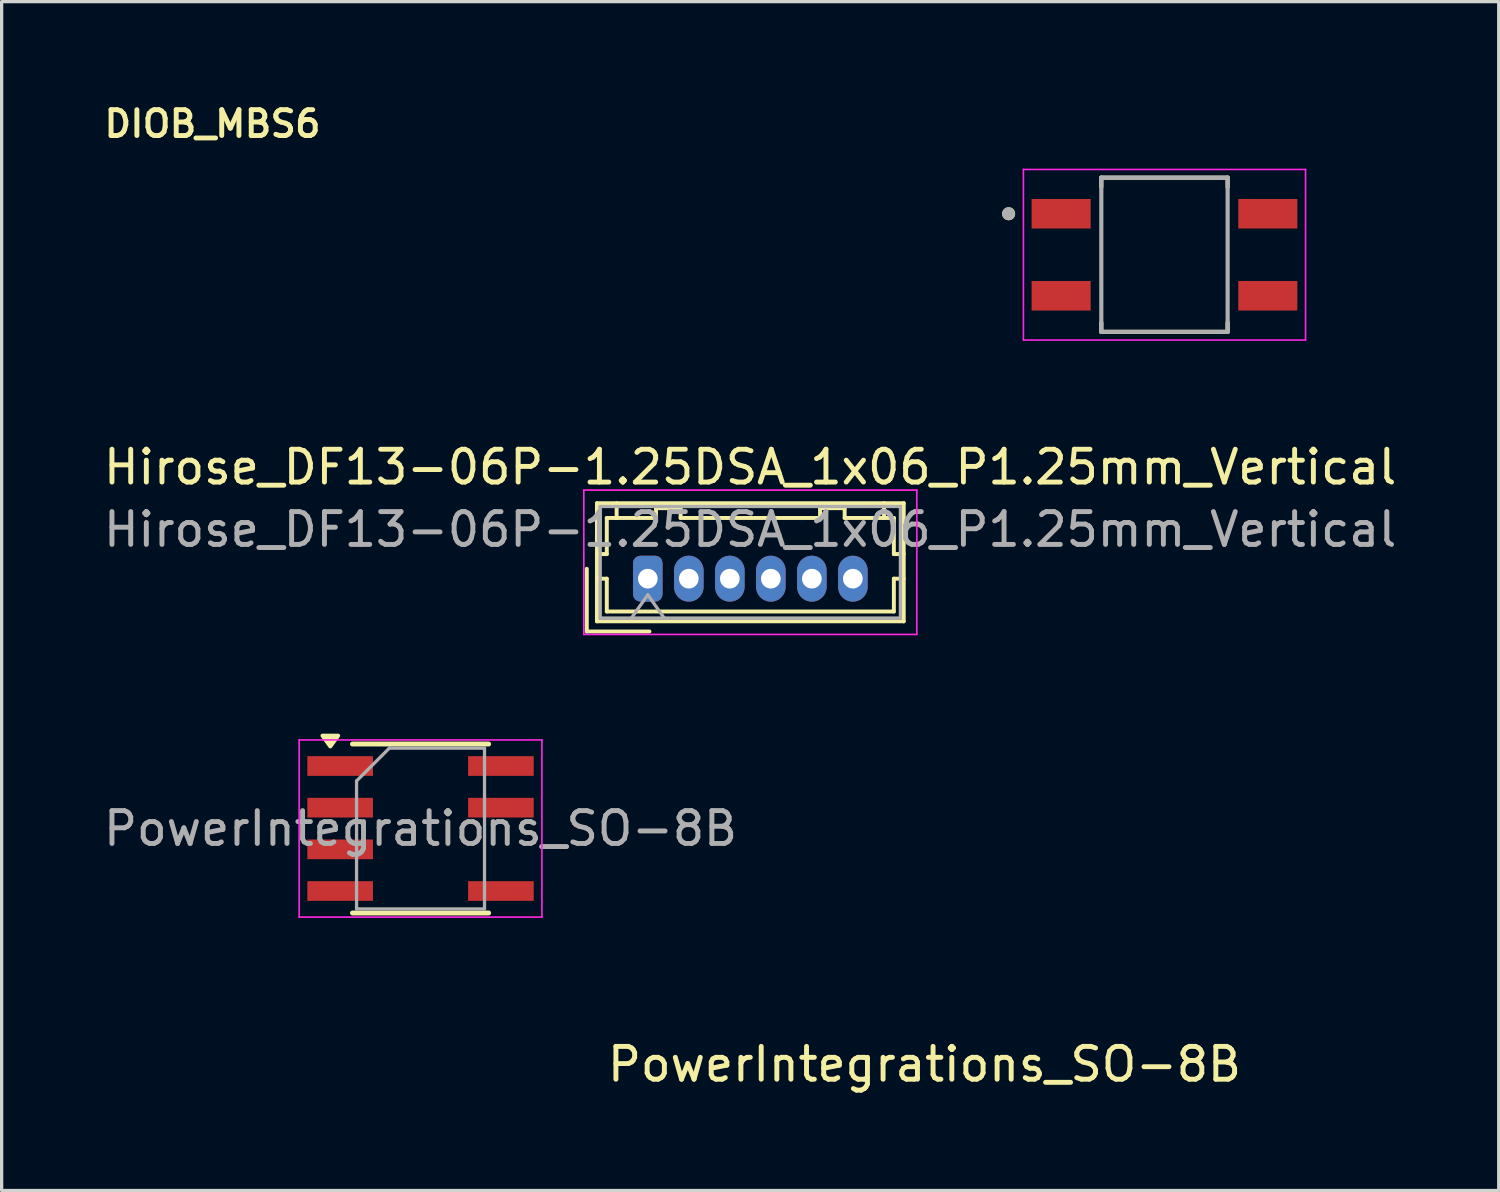
<source format=kicad_pcb>
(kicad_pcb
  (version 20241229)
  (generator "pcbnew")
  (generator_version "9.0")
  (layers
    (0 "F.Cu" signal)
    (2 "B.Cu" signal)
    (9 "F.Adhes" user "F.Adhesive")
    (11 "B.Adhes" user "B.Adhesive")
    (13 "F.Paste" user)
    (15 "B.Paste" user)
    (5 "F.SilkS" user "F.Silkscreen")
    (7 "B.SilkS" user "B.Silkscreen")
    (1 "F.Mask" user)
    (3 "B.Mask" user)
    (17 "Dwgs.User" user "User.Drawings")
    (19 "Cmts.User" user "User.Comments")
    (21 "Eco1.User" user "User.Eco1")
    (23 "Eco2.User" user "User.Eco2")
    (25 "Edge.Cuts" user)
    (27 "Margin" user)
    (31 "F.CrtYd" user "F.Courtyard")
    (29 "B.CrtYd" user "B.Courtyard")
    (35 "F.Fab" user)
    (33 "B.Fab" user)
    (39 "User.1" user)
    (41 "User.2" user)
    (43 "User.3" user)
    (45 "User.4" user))
  (footprint "Hirose_DF13-06P-1.25DSA_1x06_P1.25mm_Vertical"
    (layer "F.Cu")
    (at 16.695 14.588)
    (property "Reference" "Hirose_DF13-06P-1.25DSA_1x06_P1.25mm_Vertical" (at 3.12 -3.4 180) (layer "F.SilkS") (effects (font (size 1 1) (thickness 0.15))))
    (attr through_hole)
    (fp_line (start -1.86 -0.3) (end -1.86 1.61) (stroke (width 0.12) (type solid)) (layer "F.SilkS"))
    (fp_line (start -1.86 1.61) (end 0.05 1.61) (stroke (width 0.12) (type solid)) (layer "F.SilkS"))
    (fp_line (start -1.55 0) (end -1.25 0) (stroke (width 0.12) (type solid)) (layer "F.SilkS"))
    (fp_line (start -1.55 -2.3) (end -1.55 1.3) (stroke (width 0.12) (type solid)) (layer "F.SilkS"))
    (fp_line (start -1.55 -0.75) (end -1.25 -0.75) (stroke (width 0.12) (type solid)) (layer "F.SilkS"))
    (fp_line (start -1.55 1.3) (end 7.8 1.3) (stroke (width 0.12) (type solid)) (layer "F.SilkS"))
    (fp_line (start -1.25 -1.85) (end -0.95 -1.85) (stroke (width 0.12) (type solid)) (layer "F.SilkS"))
    (fp_line (start -1.25 -0.75) (end -1.25 -1.85) (stroke (width 0.12) (type solid)) (layer "F.SilkS"))
    (fp_line (start -1.25 1) (end 7.5 1) (stroke (width 0.12) (type solid)) (layer "F.SilkS"))
    (fp_line (start -1.25 0) (end -1.25 1) (stroke (width 0.12) (type solid)) (layer "F.SilkS"))
    (fp_line (start -0.95 -1.85) (end -0.95 -2.3) (stroke (width 0.12) (type solid)) (layer "F.SilkS"))
    (fp_line (start -0.95 -1.85) (end 0.25 -1.85) (stroke (width 0.12) (type solid)) (layer "F.SilkS"))
    (fp_line (start 0.25 -2.15) (end 1 -2.15) (stroke (width 0.12) (type solid)) (layer "F.SilkS"))
    (fp_line (start 0.25 -1.85) (end 0.25 -2.15) (stroke (width 0.12) (type solid)) (layer "F.SilkS"))
    (fp_line (start 1 -2.15) (end 1 -1.85) (stroke (width 0.12) (type solid)) (layer "F.SilkS"))
    (fp_line (start 1 -1.85) (end 5.25 -1.85) (stroke (width 0.12) (type solid)) (layer "F.SilkS"))
    (fp_line (start 5.25 -2.15) (end 6 -2.15) (stroke (width 0.12) (type solid)) (layer "F.SilkS"))
    (fp_line (start 5.25 -1.85) (end 5.25 -2.15) (stroke (width 0.12) (type solid)) (layer "F.SilkS"))
    (fp_line (start 6 -2.15) (end 6 -1.85) (stroke (width 0.12) (type solid)) (layer "F.SilkS"))
    (fp_line (start 6 -1.85) (end 7.2 -1.85) (stroke (width 0.12) (type solid)) (layer "F.SilkS"))
    (fp_line (start 7.2 -1.85) (end 7.2 -2.3) (stroke (width 0.12) (type solid)) (layer "F.SilkS"))
    (fp_line (start 7.5 -1.85) (end 7.2 -1.85) (stroke (width 0.12) (type solid)) (layer "F.SilkS"))
    (fp_line (start 7.5 -0.75) (end 7.5 -1.85) (stroke (width 0.12) (type solid)) (layer "F.SilkS"))
    (fp_line (start 7.5 0) (end 7.8 0) (stroke (width 0.12) (type solid)) (layer "F.SilkS"))
    (fp_line (start 7.5 1) (end 7.5 0) (stroke (width 0.12) (type solid)) (layer "F.SilkS"))
    (fp_line (start 7.8 -2.3) (end -1.55 -2.3) (stroke (width 0.12) (type solid)) (layer "F.SilkS"))
    (fp_line (start 7.8 -0.75) (end 7.5 -0.75) (stroke (width 0.12) (type solid)) (layer "F.SilkS"))
    (fp_line (start 7.8 1.3) (end 7.8 -2.3) (stroke (width 0.12) (type solid)) (layer "F.SilkS"))
    (fp_line (start -1.95 -2.7) (end -1.95 1.7) (stroke (width 0.05) (type solid)) (layer "F.CrtYd"))
    (fp_line (start -1.95 1.7) (end 8.2 1.7) (stroke (width 0.05) (type solid)) (layer "F.CrtYd"))
    (fp_line (start 8.2 -2.7) (end -1.95 -2.7) (stroke (width 0.05) (type solid)) (layer "F.CrtYd"))
    (fp_line (start 8.2 1.7) (end 8.2 -2.7) (stroke (width 0.05) (type solid)) (layer "F.CrtYd"))
    (fp_line (start -1.45 -2.2) (end -1.45 1.2) (stroke (width 0.1) (type solid)) (layer "F.Fab"))
    (fp_line (start -1.45 1.2) (end 7.7 1.2) (stroke (width 0.1) (type solid)) (layer "F.Fab"))
    (fp_line (start -0.5 1.2) (end 0 0.493) (stroke (width 0.1) (type solid)) (layer "F.Fab"))
    (fp_line (start 0 0.493) (end 0.5 1.2) (stroke (width 0.1) (type solid)) (layer "F.Fab"))
    (fp_line (start 7.7 -2.2) (end -1.45 -2.2) (stroke (width 0.1) (type solid)) (layer "F.Fab"))
    (fp_line (start 7.7 1.2) (end 7.7 -2.2) (stroke (width 0.1) (type solid)) (layer "F.Fab"))
    (fp_text user "${REFERENCE}" (at 3.12 -1.5 180) (layer "F.Fab") (effects (font (size 1 1) (thickness 0.15))))
    (pad "1" thru_hole roundrect (at 0 0 180) (size 0.9 1.4) (drill 0.6) (layers "*.Cu" "*.Mask") (roundrect_rratio 0.25))
    (pad "2" thru_hole oval (at 1.25 0 180) (size 0.9 1.4) (drill 0.6) (layers "*.Cu" "*.Mask"))
    (pad "3" thru_hole oval (at 2.5 0 180) (size 0.9 1.4) (drill 0.6) (layers "*.Cu" "*.Mask"))
    (pad "4" thru_hole oval (at 3.75 0 180) (size 0.9 1.4) (drill 0.6) (layers "*.Cu" "*.Mask"))
    (pad "5" thru_hole oval (at 5 0 180) (size 0.9 1.4) (drill 0.6) (layers "*.Cu" "*.Mask"))
    (pad "6" thru_hole oval (at 6.25 0 180) (size 0.9 1.4) (drill 0.6) (layers "*.Cu" "*.Mask")))
  (footprint "DIOB_MBS6"
    (layer "F.Cu")
    (at 32.443 4.715)
    (property "Reference" "DIOB_MBS6" (at -29.016 -3.991 0) (layer "F.SilkS") (effects (font (size 0.787 0.787) (thickness 0.15))))
    (attr smd)
    (fp_line (start -1.925 -2.35) (end -1.925 -2.07) (stroke (width 0.127) (type solid)) (layer "F.SilkS"))
    (fp_line (start -1.925 2.35) (end -1.925 2.07) (stroke (width 0.127) (type solid)) (layer "F.SilkS"))
    (fp_line (start -1.925 2.35) (end 1.925 2.35) (stroke (width 0.127) (type solid)) (layer "F.SilkS"))
    (fp_line (start 1.925 -2.35) (end -1.925 -2.35) (stroke (width 0.127) (type solid)) (layer "F.SilkS"))
    (fp_line (start 1.925 2.35) (end 1.925 2.07) (stroke (width 0.127) (type solid)) (layer "F.SilkS"))
    (fp_line (start 1.925 -2.07) (end 1.925 -2.35) (stroke (width 0.127) (type solid)) (layer "F.SilkS"))
    (fp_circle (center -4.75 -1.25) (end -4.65 -1.25) (stroke (width 0.2) (type solid)) (fill no) (layer "F.SilkS"))
    (fp_line (start -4.3 -2.6) (end -4.3 2.6) (stroke (width 0.05) (type solid)) (layer "F.CrtYd"))
    (fp_line (start -4.3 2.6) (end 4.3 2.6) (stroke (width 0.05) (type solid)) (layer "F.CrtYd"))
    (fp_line (start 4.3 -2.6) (end -4.3 -2.6) (stroke (width 0.05) (type solid)) (layer "F.CrtYd"))
    (fp_line (start 4.3 2.6) (end 4.3 -2.6) (stroke (width 0.05) (type solid)) (layer "F.CrtYd"))
    (fp_line (start -1.925 -2.35) (end -1.925 2.35) (stroke (width 0.127) (type solid)) (layer "F.Fab"))
    (fp_line (start -1.925 2.35) (end 1.925 2.35) (stroke (width 0.127) (type solid)) (layer "F.Fab"))
    (fp_line (start 1.925 -2.35) (end -1.925 -2.35) (stroke (width 0.127) (type solid)) (layer "F.Fab"))
    (fp_line (start 1.925 2.35) (end 1.925 -2.35) (stroke (width 0.127) (type solid)) (layer "F.Fab"))
    (fp_circle (center -4.75 -1.25) (end -4.65 -1.25) (stroke (width 0.2) (type solid)) (fill no) (layer "F.Fab"))
    (pad "+" smd rect (at -3.15 -1.25) (size 1.8 0.9) (layers "F.Cu" "F.Mask" "F.Paste"))
    (pad "-" smd rect (at -3.15 1.25) (size 1.8 0.9) (layers "F.Cu" "F.Mask" "F.Paste"))
    (pad "AC1" smd rect (at 3.15 -1.25) (size 1.8 0.9) (layers "F.Cu" "F.Mask" "F.Paste"))
    (pad "AC2" smd rect (at 3.15 1.25) (size 1.8 0.9) (layers "F.Cu" "F.Mask" "F.Paste")))
  (footprint "PowerIntegrations_SO-8B"
    (layer "F.Cu")
    (at 9.768 22.203)
    (property "Reference" "PowerIntegrations_SO-8B" (at 15.36 7.186 0) (layer "F.SilkS") (effects (font (size 1 1) (thickness 0.15))))
    (attr smd)
    (fp_line (start -2.075 -2.575) (end 2.075 -2.575) (stroke (width 0.15) (type solid)) (layer "F.SilkS"))
    (fp_line (start -2.075 2.575) (end 2.075 2.575) (stroke (width 0.15) (type solid)) (layer "F.SilkS"))
    (fp_poly (pts (xy -2.75 -2.5) (xy -2.51 -2.83) (xy -2.99 -2.83) (xy -2.75 -2.5)) (stroke (width 0.12) (type solid)) (fill yes) (layer "F.SilkS"))
    (fp_line (start -3.7 -2.7) (end -3.7 2.7) (stroke (width 0.05) (type solid)) (layer "F.CrtYd"))
    (fp_line (start -3.7 -2.7) (end 3.7 -2.7) (stroke (width 0.05) (type solid)) (layer "F.CrtYd"))
    (fp_line (start 3.7 2.7) (end -3.7 2.7) (stroke (width 0.05) (type solid)) (layer "F.CrtYd"))
    (fp_line (start 3.7 2.7) (end 3.7 -2.7) (stroke (width 0.05) (type solid)) (layer "F.CrtYd"))
    (fp_line (start -1.95 -1.45) (end -0.95 -2.45) (stroke (width 0.1) (type solid)) (layer "F.Fab"))
    (fp_line (start -1.95 2.45) (end -1.95 -1.45) (stroke (width 0.1) (type solid)) (layer "F.Fab"))
    (fp_line (start -0.95 -2.45) (end 1.95 -2.45) (stroke (width 0.1) (type solid)) (layer "F.Fab"))
    (fp_line (start 1.95 -2.45) (end 1.95 2.45) (stroke (width 0.1) (type solid)) (layer "F.Fab"))
    (fp_line (start 1.95 2.45) (end -1.95 2.45) (stroke (width 0.1) (type solid)) (layer "F.Fab"))
    (fp_text user "${REFERENCE}" (at 0 0 0) (layer "F.Fab") (effects (font (size 1 1) (thickness 0.15))))
    (pad "1" smd rect (at -2.45 -1.905) (size 2 0.6) (layers "F.Cu" "F.Mask" "F.Paste"))
    (pad "2" smd rect (at -2.45 -0.635) (size 2 0.6) (layers "F.Cu" "F.Mask" "F.Paste"))
    (pad "3" smd rect (at -2.45 0.635) (size 2 0.6) (layers "F.Cu" "F.Mask" "F.Paste"))
    (pad "4" smd rect (at -2.45 1.905) (size 2 0.6) (layers "F.Cu" "F.Mask" "F.Paste"))
    (pad "5" smd rect (at 2.45 1.905) (size 2 0.6) (layers "F.Cu" "F.Mask" "F.Paste"))
    (pad "7" smd rect (at 2.45 -0.635) (size 2 0.6) (layers "F.Cu" "F.Mask" "F.Paste"))
    (pad "8" smd rect (at 2.45 -1.905) (size 2 0.6) (layers "F.Cu" "F.Mask" "F.Paste")))
  (gr_rect
    (start -3 -3)
    (end 42.631 33.237)
    (stroke (width 0.1) (type default))
    (fill no)
    (layer "Edge.Cuts")))
</source>
